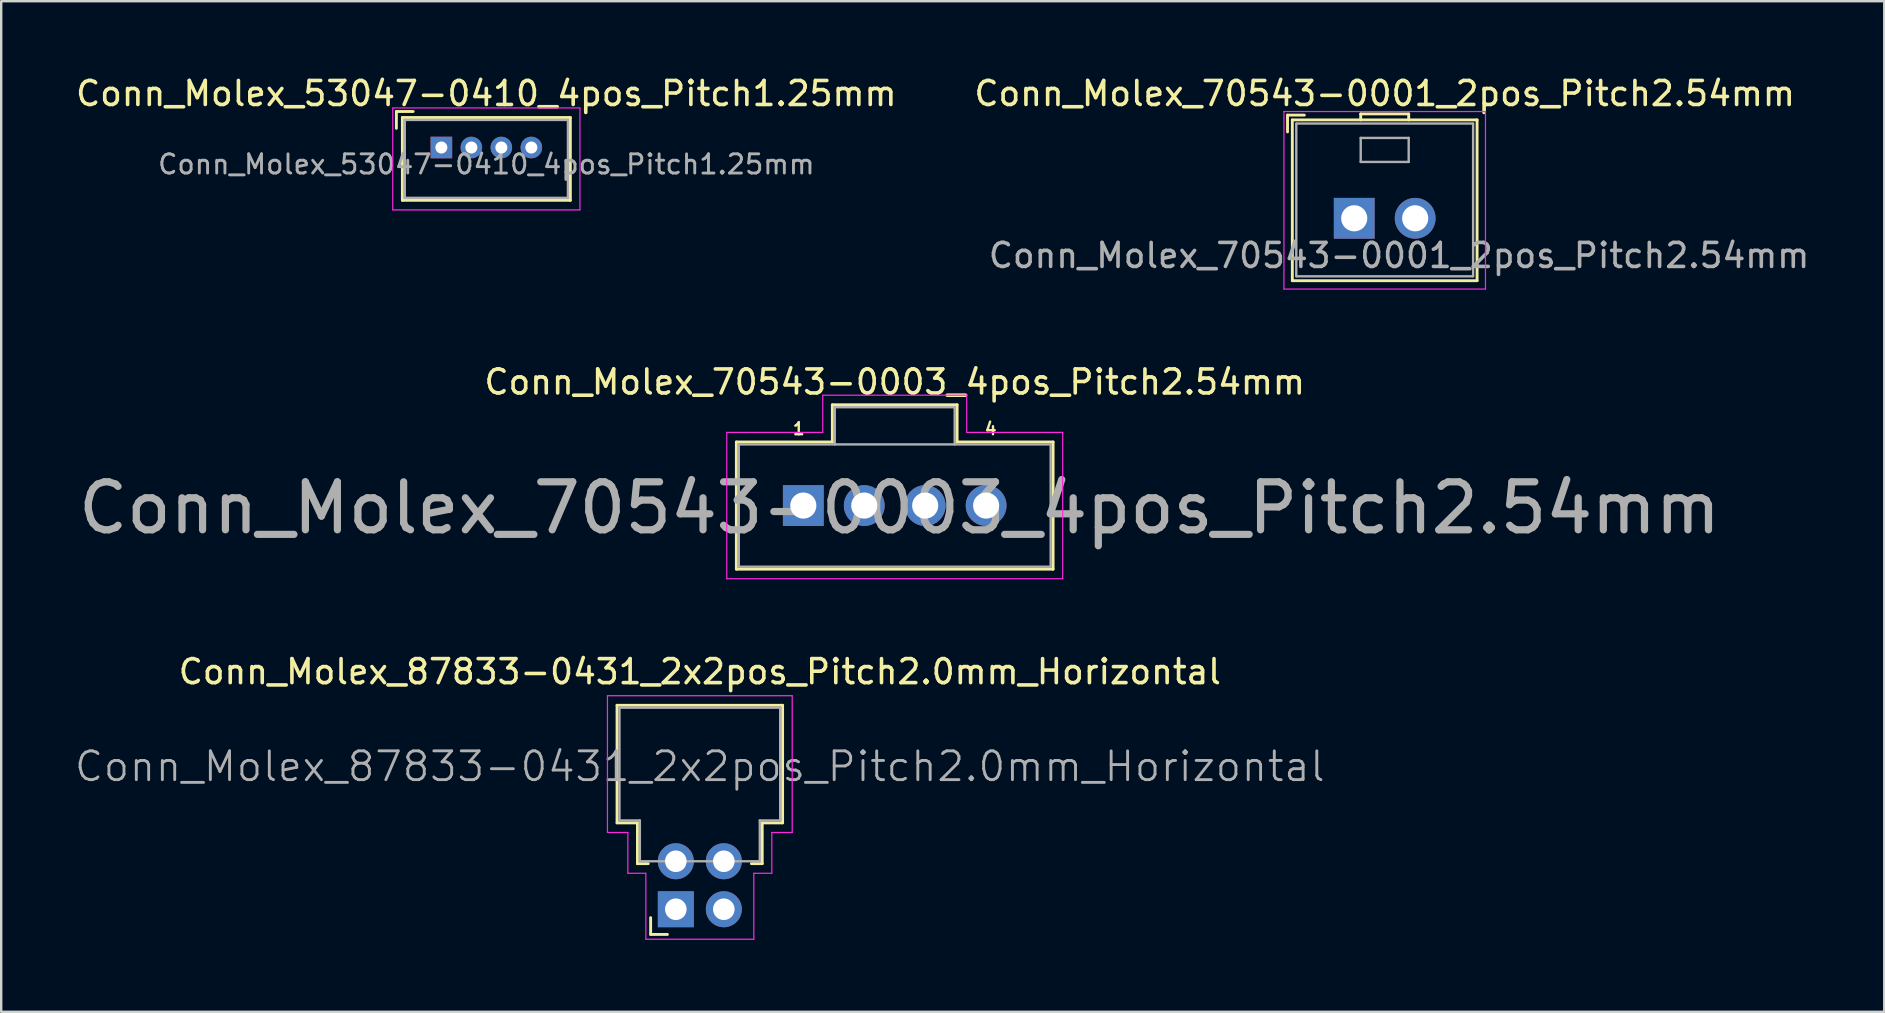
<source format=kicad_pcb>
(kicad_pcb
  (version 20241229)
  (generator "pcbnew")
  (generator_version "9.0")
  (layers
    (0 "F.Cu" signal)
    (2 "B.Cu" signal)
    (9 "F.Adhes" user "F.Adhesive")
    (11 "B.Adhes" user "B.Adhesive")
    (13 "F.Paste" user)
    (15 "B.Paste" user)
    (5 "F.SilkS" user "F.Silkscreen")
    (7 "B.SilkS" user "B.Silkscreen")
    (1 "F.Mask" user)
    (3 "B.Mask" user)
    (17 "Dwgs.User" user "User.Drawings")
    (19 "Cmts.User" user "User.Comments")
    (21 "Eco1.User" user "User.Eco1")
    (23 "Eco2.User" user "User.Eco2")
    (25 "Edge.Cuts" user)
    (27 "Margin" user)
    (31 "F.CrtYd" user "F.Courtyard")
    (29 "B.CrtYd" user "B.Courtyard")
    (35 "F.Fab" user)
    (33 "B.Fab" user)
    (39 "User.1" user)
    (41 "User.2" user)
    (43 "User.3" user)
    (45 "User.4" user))
  (footprint "Conn_Molex_70543-0001_2pos_Pitch2.54mm"
    (layer "F.Cu")
    (at 54.661 6.048)
    (property "Reference" "Conn_Molex_70543-0001_2pos_Pitch2.54mm" (at 0 -5.2 0) (layer "F.SilkS") (effects (font (size 1 1) (thickness 0.15))))
    (attr through_hole)
    (fp_line (start -4.05 -4.3) (end -3.35 -4.3) (stroke (width 0.12) (type solid)) (layer "F.SilkS"))
    (fp_line (start -4.05 -3.6) (end -4.05 -4.3) (stroke (width 0.12) (type solid)) (layer "F.SilkS"))
    (fp_line (start -3.85 -4.1) (end 3.85 -4.1) (stroke (width 0.12) (type solid)) (layer "F.SilkS"))
    (fp_line (start -3.85 2.6) (end -3.85 -4.1) (stroke (width 0.12) (type solid)) (layer "F.SilkS"))
    (fp_line (start -3.85 2.6) (end 3.85 2.6) (stroke (width 0.12) (type solid)) (layer "F.SilkS"))
    (fp_line (start -1 -4.35) (end 1 -4.35) (stroke (width 0.12) (type solid)) (layer "F.SilkS"))
    (fp_line (start -1 -4.1) (end -1 -4.35) (stroke (width 0.12) (type solid)) (layer "F.SilkS"))
    (fp_line (start 1 -4.1) (end 1 -4.35) (stroke (width 0.12) (type solid)) (layer "F.SilkS"))
    (fp_line (start 3.85 2.6) (end 3.85 -4.1) (stroke (width 0.12) (type solid)) (layer "F.SilkS"))
    (fp_line (start -4.2 -4.45) (end 4.2 -4.45) (stroke (width 0.05) (type solid)) (layer "F.CrtYd"))
    (fp_line (start -4.2 2.95) (end -4.2 -4.45) (stroke (width 0.05) (type solid)) (layer "F.CrtYd"))
    (fp_line (start -4.2 2.95) (end 4.2 2.95) (stroke (width 0.05) (type solid)) (layer "F.CrtYd"))
    (fp_line (start 4.2 2.95) (end 4.2 -4.45) (stroke (width 0.05) (type solid)) (layer "F.CrtYd"))
    (fp_line (start -3.685 2.415) (end -3.685 -3.945) (stroke (width 0.1) (type solid)) (layer "F.Fab"))
    (fp_line (start -3.68 -3.95) (end 3.68 -3.95) (stroke (width 0.1) (type solid)) (layer "F.Fab"))
    (fp_line (start -3.68 2.42) (end 3.68 2.42) (stroke (width 0.1) (type solid)) (layer "F.Fab"))
    (fp_line (start -1 -3.35) (end 1 -3.35) (stroke (width 0.1) (type solid)) (layer "F.Fab"))
    (fp_line (start -1 -2.35) (end -1 -3.35) (stroke (width 0.1) (type solid)) (layer "F.Fab"))
    (fp_line (start -1 -2.35) (end 1 -2.35) (stroke (width 0.1) (type solid)) (layer "F.Fab"))
    (fp_line (start 1 -2.35) (end 1 -3.35) (stroke (width 0.1) (type solid)) (layer "F.Fab"))
    (fp_line (start 3.685 2.415) (end 3.685 -3.945) (stroke (width 0.1) (type solid)) (layer "F.Fab"))
    (fp_text user "${REFERENCE}" (at 0.6 1.55 0) (layer "F.Fab") (effects (font (size 1 1) (thickness 0.15))))
    (pad "1" thru_hole rect (at -1.27 0) (size 1.7 1.7) (drill 1.09) (layers "*.Cu" "*.Mask"))
    (pad "2" thru_hole circle (at 1.27 0) (size 1.7 1.7) (drill 1.09) (layers "*.Cu" "*.Mask")))
  (footprint "Conn_Molex_87833-0431_2x2pos_Pitch2.0mm_Horizontal"
    (layer "F.Cu")
    (at 26.117 33.845)
    (property "Reference" "Conn_Molex_87833-0431_2x2pos_Pitch2.0mm_Horizontal" (at 0 -8.9 0) (layer "F.SilkS") (effects (font (size 1 1) (thickness 0.15))))
    (attr through_hole)
    (fp_line (start -3.45 -7.5) (end 3.45 -7.5) (stroke (width 0.12) (type solid)) (layer "F.SilkS"))
    (fp_line (start -3.45 -2.6) (end -3.45 -7.5) (stroke (width 0.12) (type solid)) (layer "F.SilkS"))
    (fp_line (start -2.6 -2.6) (end -3.45 -2.6) (stroke (width 0.12) (type solid)) (layer "F.SilkS"))
    (fp_line (start -2.6 -2.6) (end -2.6 -0.9) (stroke (width 0.12) (type solid)) (layer "F.SilkS"))
    (fp_line (start -2.15 -0.9) (end -2.6 -0.9) (stroke (width 0.12) (type solid)) (layer "F.SilkS"))
    (fp_line (start -2.05 2.05) (end -2.05 1.35) (stroke (width 0.12) (type solid)) (layer "F.SilkS"))
    (fp_line (start -1.35 2.05) (end -2.05 2.05) (stroke (width 0.12) (type solid)) (layer "F.SilkS"))
    (fp_line (start 2.15 -0.9) (end 2.6 -0.9) (stroke (width 0.12) (type solid)) (layer "F.SilkS"))
    (fp_line (start 2.6 -2.6) (end 2.6 -0.9) (stroke (width 0.12) (type solid)) (layer "F.SilkS"))
    (fp_line (start 2.6 -2.6) (end 3.45 -2.6) (stroke (width 0.12) (type solid)) (layer "F.SilkS"))
    (fp_line (start 3.45 -2.6) (end 3.45 -7.5) (stroke (width 0.12) (type solid)) (layer "F.SilkS"))
    (fp_line (start -3.85 -7.9) (end -3.85 -2.2) (stroke (width 0.05) (type solid)) (layer "F.CrtYd"))
    (fp_line (start -3 -2.2) (end -3.85 -2.2) (stroke (width 0.05) (type solid)) (layer "F.CrtYd"))
    (fp_line (start -3 -2.2) (end -3 -0.5) (stroke (width 0.05) (type solid)) (layer "F.CrtYd"))
    (fp_line (start -2.25 -0.5) (end -3 -0.5) (stroke (width 0.05) (type solid)) (layer "F.CrtYd"))
    (fp_line (start -2.25 -0.5) (end -2.25 2.25) (stroke (width 0.05) (type solid)) (layer "F.CrtYd"))
    (fp_line (start 2.25 -0.5) (end 2.25 2.25) (stroke (width 0.05) (type solid)) (layer "F.CrtYd"))
    (fp_line (start 2.25 -0.5) (end 3 -0.5) (stroke (width 0.05) (type solid)) (layer "F.CrtYd"))
    (fp_line (start 2.25 2.25) (end -2.25 2.25) (stroke (width 0.05) (type solid)) (layer "F.CrtYd"))
    (fp_line (start 3 -2.2) (end 3 -0.5) (stroke (width 0.05) (type solid)) (layer "F.CrtYd"))
    (fp_line (start 3 -2.2) (end 3.85 -2.2) (stroke (width 0.05) (type solid)) (layer "F.CrtYd"))
    (fp_line (start 3.85 -7.9) (end -3.85 -7.9) (stroke (width 0.05) (type solid)) (layer "F.CrtYd"))
    (fp_line (start 3.85 -7.9) (end 3.85 -2.2) (stroke (width 0.05) (type solid)) (layer "F.CrtYd"))
    (fp_line (start -3.35 -7.4) (end 3.35 -7.4) (stroke (width 0.1) (type solid)) (layer "F.Fab"))
    (fp_line (start -3.35 -2.7) (end -3.35 -7.4) (stroke (width 0.1) (type solid)) (layer "F.Fab"))
    (fp_line (start -2.5 -2.7) (end -3.35 -2.7) (stroke (width 0.1) (type solid)) (layer "F.Fab"))
    (fp_line (start -2.5 -1) (end -2.5 -2.7) (stroke (width 0.1) (type solid)) (layer "F.Fab"))
    (fp_line (start -2.5 -1) (end 2.5 -1) (stroke (width 0.1) (type solid)) (layer "F.Fab"))
    (fp_line (start 2.5 -1) (end 2.5 -2.7) (stroke (width 0.1) (type solid)) (layer "F.Fab"))
    (fp_line (start 3.35 -2.7) (end 2.5 -2.7) (stroke (width 0.1) (type solid)) (layer "F.Fab"))
    (fp_line (start 3.35 -2.7) (end 3.35 -7.4) (stroke (width 0.1) (type solid)) (layer "F.Fab"))
    (fp_text user "${REFERENCE}" (at 0 -4.95 0) (layer "F.Fab") (effects (font (size 1.2 1.2) (thickness 0.12))))
    (pad "1" thru_hole rect (at -1 1) (size 1.5 1.5) (drill 0.9) (layers "*.Cu" "*.Mask"))
    (pad "2" thru_hole circle (at -1 -1) (size 1.5 1.5) (drill 0.9) (layers "*.Cu" "*.Mask"))
    (pad "3" thru_hole circle (at 1 1) (size 1.5 1.5) (drill 0.9) (layers "*.Cu" "*.Mask"))
    (pad "4" thru_hole circle (at 1 -1) (size 1.5 1.5) (drill 0.9) (layers "*.Cu" "*.Mask")))
  (footprint "Conn_Molex_70543-0003_4pos_Pitch2.54mm"
    (layer "F.Cu")
    (at 34.24 18.021)
    (property "Reference" "Conn_Molex_70543-0003_4pos_Pitch2.54mm" (at 0 -5.15 0) (layer "F.SilkS") (effects (font (size 1 1) (thickness 0.15))))
    (attr through_hole)
    (fp_line (start -6.6 -2.65) (end -2.6 -2.65) (stroke (width 0.12) (type solid)) (layer "F.SilkS"))
    (fp_line (start -6.6 2.65) (end -6.6 -2.65) (stroke (width 0.12) (type solid)) (layer "F.SilkS"))
    (fp_line (start -6.6 2.65) (end 6.6 2.65) (stroke (width 0.12) (type solid)) (layer "F.SilkS"))
    (fp_line (start -2.6 -4.2) (end 2.6 -4.2) (stroke (width 0.12) (type solid)) (layer "F.SilkS"))
    (fp_line (start -2.6 -2.65) (end -2.6 -4.2) (stroke (width 0.12) (type solid)) (layer "F.SilkS"))
    (fp_line (start 2.6 -2.65) (end 2.6 -4.2) (stroke (width 0.12) (type solid)) (layer "F.SilkS"))
    (fp_line (start 2.6 -2.65) (end 6.6 -2.65) (stroke (width 0.12) (type solid)) (layer "F.SilkS"))
    (fp_line (start 6.6 2.65) (end 6.6 -2.65) (stroke (width 0.12) (type solid)) (layer "F.SilkS"))
    (fp_line (start -7 -3.05) (end -3 -3.05) (stroke (width 0.05) (type solid)) (layer "F.CrtYd"))
    (fp_line (start -7 3.05) (end -7 -3.05) (stroke (width 0.05) (type solid)) (layer "F.CrtYd"))
    (fp_line (start -7 3.05) (end 7 3.05) (stroke (width 0.05) (type solid)) (layer "F.CrtYd"))
    (fp_line (start -3 -4.6) (end 3 -4.6) (stroke (width 0.05) (type solid)) (layer "F.CrtYd"))
    (fp_line (start -3 -3.05) (end -3 -4.6) (stroke (width 0.05) (type solid)) (layer "F.CrtYd"))
    (fp_line (start 3 -3.05) (end 3 -4.6) (stroke (width 0.05) (type solid)) (layer "F.CrtYd"))
    (fp_line (start 3 -3.05) (end 7 -3.05) (stroke (width 0.05) (type solid)) (layer "F.CrtYd"))
    (fp_line (start 7 3.05) (end 7 -3.05) (stroke (width 0.05) (type solid)) (layer "F.CrtYd"))
    (fp_line (start -6.5 -2.55) (end 6.5 -2.55) (stroke (width 0.1) (type solid)) (layer "F.Fab"))
    (fp_line (start -6.5 2.55) (end -6.5 -2.55) (stroke (width 0.1) (type solid)) (layer "F.Fab"))
    (fp_line (start -6.5 2.55) (end 6.5 2.55) (stroke (width 0.1) (type solid)) (layer "F.Fab"))
    (fp_line (start -2.5 -4.1) (end 2.5 -4.1) (stroke (width 0.1) (type solid)) (layer "F.Fab"))
    (fp_line (start -2.5 -2.55) (end -2.5 -4.1) (stroke (width 0.1) (type solid)) (layer "F.Fab"))
    (fp_line (start 2.5 -2.55) (end 2.5 -4.1) (stroke (width 0.1) (type solid)) (layer "F.Fab"))
    (fp_line (start 6.5 2.55) (end 6.5 -2.55) (stroke (width 0.1) (type solid)) (layer "F.Fab"))
    (fp_text user "1" (at -4 -3.2 0) (layer "F.SilkS") (effects (font (size 0.5 0.5) (thickness 0.1))))
    (fp_text user "4" (at 4 -3.2 0) (layer "F.SilkS") (effects (font (size 0.5 0.5) (thickness 0.1))))
    (fp_text user "${REFERENCE}" (at 0.2 0.1 0) (layer "F.Fab") (effects (font (size 2 2) (thickness 0.3))))
    (pad "1" thru_hole rect (at -3.81 0) (size 1.7 1.7) (drill 1.09) (layers "*.Cu" "*.Mask"))
    (pad "2" thru_hole circle (at -1.27 0) (size 1.7 1.7) (drill 1.09) (layers "*.Cu" "*.Mask"))
    (pad "3" thru_hole circle (at 1.27 0) (size 1.7 1.7) (drill 1.09) (layers "*.Cu" "*.Mask"))
    (pad "4" thru_hole circle (at 3.81 0) (size 1.7 1.7) (drill 1.09) (layers "*.Cu" "*.Mask")))
  (footprint "Conn_Molex_53047-0410_4pos_Pitch1.25mm"
    (layer "F.Cu")
    (at 17.22 3.098)
    (property "Reference" "Conn_Molex_53047-0410_4pos_Pitch1.25mm" (at 0 -2.25 0) (layer "F.SilkS") (effects (font (size 1 1) (thickness 0.15))))
    (attr through_hole)
    (fp_line (start -3.75 -0.8) (end -3.75 -1.5) (stroke (width 0.12) (type solid)) (layer "F.SilkS"))
    (fp_line (start -3.5 -1.25) (end 3.5 -1.25) (stroke (width 0.12) (type solid)) (layer "F.SilkS"))
    (fp_line (start -3.5 2.2) (end -3.5 -1.25) (stroke (width 0.12) (type solid)) (layer "F.SilkS"))
    (fp_line (start -3.5 2.2) (end 3.5 2.2) (stroke (width 0.12) (type solid)) (layer "F.SilkS"))
    (fp_line (start -3.05 -1.5) (end -3.75 -1.5) (stroke (width 0.12) (type solid)) (layer "F.SilkS"))
    (fp_line (start 3.5 2.2) (end 3.5 -1.25) (stroke (width 0.12) (type solid)) (layer "F.SilkS"))
    (fp_line (start -3.9 -1.65) (end -3.9 2.6) (stroke (width 0.05) (type solid)) (layer "F.CrtYd"))
    (fp_line (start 3.9 -1.65) (end -3.9 -1.65) (stroke (width 0.05) (type solid)) (layer "F.CrtYd"))
    (fp_line (start 3.9 -1.65) (end 3.9 2.6) (stroke (width 0.05) (type solid)) (layer "F.CrtYd"))
    (fp_line (start 3.9 2.6) (end -3.9 2.6) (stroke (width 0.05) (type solid)) (layer "F.CrtYd"))
    (fp_line (start -3.4 -1.15) (end -3.4 2.1) (stroke (width 0.1) (type solid)) (layer "F.Fab"))
    (fp_line (start -3.4 -1.15) (end 3.4 -1.15) (stroke (width 0.1) (type solid)) (layer "F.Fab"))
    (fp_line (start -3.4 2.1) (end 3.4 2.1) (stroke (width 0.1) (type solid)) (layer "F.Fab"))
    (fp_line (start 3.4 -1.15) (end 3.4 2.1) (stroke (width 0.1) (type solid)) (layer "F.Fab"))
    (fp_text user "${REFERENCE}" (at 0 0.7 0) (layer "F.Fab") (effects (font (size 0.8 0.8) (thickness 0.12))))
    (pad "1" thru_hole rect (at -1.875 0) (size 0.9 0.9) (drill 0.5) (layers "*.Cu" "*.Mask"))
    (pad "2" thru_hole circle (at -0.625 0) (size 0.9 0.9) (drill 0.5) (layers "*.Cu" "*.Mask"))
    (pad "3" thru_hole circle (at 0.625 0) (size 0.9 0.9) (drill 0.5) (layers "*.Cu" "*.Mask"))
    (pad "4" thru_hole circle (at 1.875 0) (size 0.9 0.9) (drill 0.5) (layers "*.Cu" "*.Mask")))
  (gr_rect
    (start -3 -3)
    (end 75.481 39.12)
    (stroke (width 0.1) (type default))
    (fill no)
    (layer "Edge.Cuts")))
</source>
